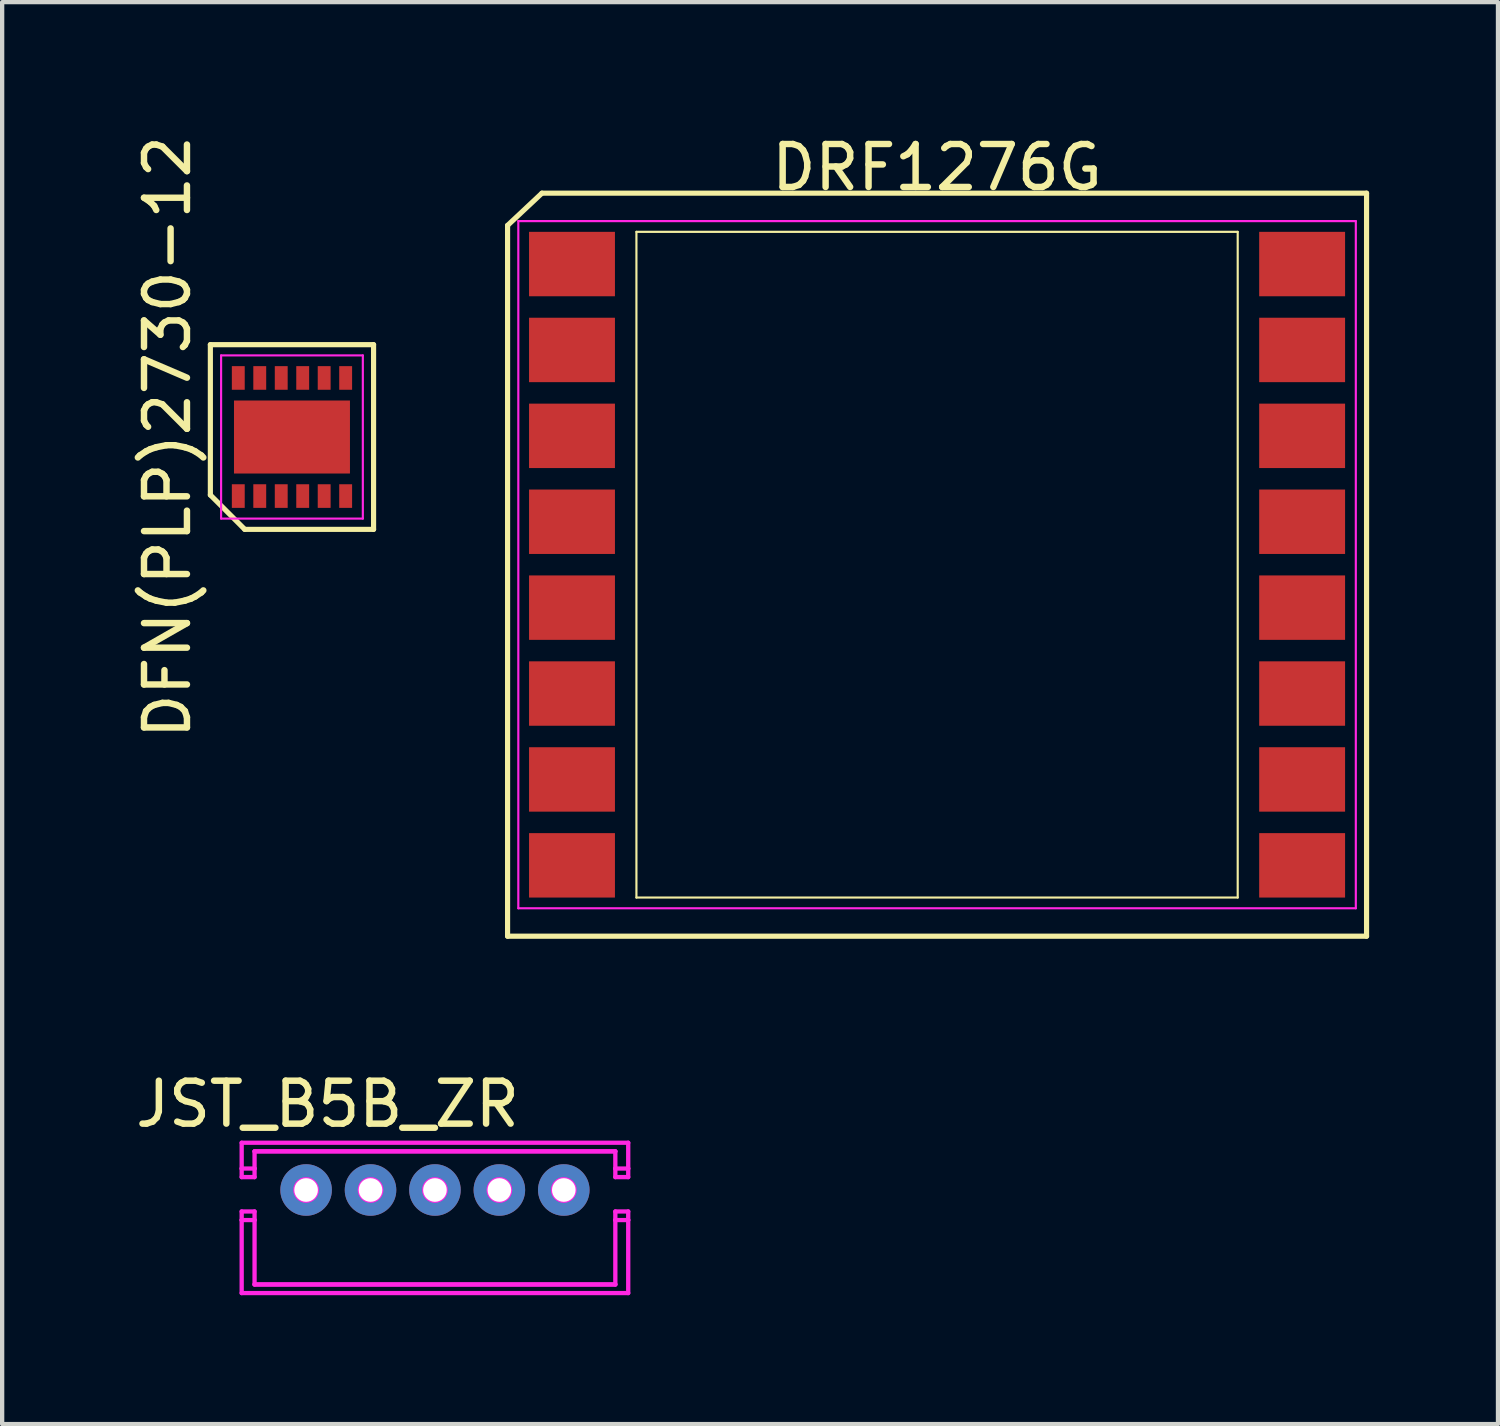
<source format=kicad_pcb>
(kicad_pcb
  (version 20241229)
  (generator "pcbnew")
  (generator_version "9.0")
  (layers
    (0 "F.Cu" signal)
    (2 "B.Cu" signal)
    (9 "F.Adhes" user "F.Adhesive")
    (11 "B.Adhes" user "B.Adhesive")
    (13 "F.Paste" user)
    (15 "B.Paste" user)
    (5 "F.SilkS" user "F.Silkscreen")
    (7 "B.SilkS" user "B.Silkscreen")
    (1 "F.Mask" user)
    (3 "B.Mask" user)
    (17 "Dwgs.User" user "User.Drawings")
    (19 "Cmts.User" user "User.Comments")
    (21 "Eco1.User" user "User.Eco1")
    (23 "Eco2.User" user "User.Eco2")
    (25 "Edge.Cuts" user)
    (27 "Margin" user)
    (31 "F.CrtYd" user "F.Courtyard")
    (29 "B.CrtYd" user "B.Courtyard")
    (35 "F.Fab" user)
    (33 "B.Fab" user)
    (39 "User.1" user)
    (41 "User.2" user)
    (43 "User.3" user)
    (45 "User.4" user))
  (footprint "DRF1276G"
    (layer "F.Cu")
    (at 18.768 10.098)
    (property "Reference" "DRF1276G" (at 0 -9.25 0) (layer "F.SilkS") (effects (font (size 1 1) (thickness 0.15))))
    (attr smd)
    (fp_line (start -10 -7.9) (end -9.2 -8.65) (stroke (width 0.12) (type solid)) (layer "F.SilkS"))
    (fp_line (start -10 8.65) (end -10 -7.9) (stroke (width 0.12) (type solid)) (layer "F.SilkS"))
    (fp_line (start -9.2 -8.65) (end 10 -8.65) (stroke (width 0.12) (type solid)) (layer "F.SilkS"))
    (fp_line (start -7 -7.75) (end 7 -7.75) (stroke (width 0.05) (type solid)) (layer "F.SilkS"))
    (fp_line (start -7 7.75) (end -7 -7.75) (stroke (width 0.05) (type solid)) (layer "F.SilkS"))
    (fp_line (start 7 -7.75) (end 7 7.75) (stroke (width 0.05) (type solid)) (layer "F.SilkS"))
    (fp_line (start 7 7.75) (end -7 7.75) (stroke (width 0.05) (type solid)) (layer "F.SilkS"))
    (fp_line (start 10 -8.65) (end 10 8.65) (stroke (width 0.12) (type solid)) (layer "F.SilkS"))
    (fp_line (start 10 8.65) (end -10 8.65) (stroke (width 0.12) (type solid)) (layer "F.SilkS"))
    (fp_line (start -9.75 -8) (end 9.75 -8) (stroke (width 0.05) (type solid)) (layer "F.CrtYd"))
    (fp_line (start -9.75 8) (end -9.75 -8) (stroke (width 0.05) (type solid)) (layer "F.CrtYd"))
    (fp_line (start 9.75 -8) (end 9.75 8) (stroke (width 0.05) (type solid)) (layer "F.CrtYd"))
    (fp_line (start 9.75 8) (end -9.75 8) (stroke (width 0.05) (type solid)) (layer "F.CrtYd"))
    (pad "1" smd rect (at -8.5 -7 270) (size 1.5 2) (layers "F.Cu" "F.Mask" "F.Paste"))
    (pad "2" smd rect (at -8.5 -5 270) (size 1.5 2) (layers "F.Cu" "F.Mask" "F.Paste"))
    (pad "3" smd rect (at -8.5 -3 270) (size 1.5 2) (layers "F.Cu" "F.Mask" "F.Paste"))
    (pad "4" smd rect (at -8.5 -1 270) (size 1.5 2) (layers "F.Cu" "F.Mask" "F.Paste"))
    (pad "5" smd rect (at -8.5 1 270) (size 1.5 2) (layers "F.Cu" "F.Mask" "F.Paste"))
    (pad "6" smd rect (at -8.5 3 270) (size 1.5 2) (layers "F.Cu" "F.Mask" "F.Paste"))
    (pad "7" smd rect (at -8.5 5 270) (size 1.5 2) (layers "F.Cu" "F.Mask" "F.Paste"))
    (pad "8" smd rect (at -8.5 7 270) (size 1.5 2) (layers "F.Cu" "F.Mask" "F.Paste"))
    (pad "9" smd rect (at 8.5 7 270) (size 1.5 2) (layers "F.Cu" "F.Mask" "F.Paste"))
    (pad "10" smd rect (at 8.5 5 270) (size 1.5 2) (layers "F.Cu" "F.Mask" "F.Paste"))
    (pad "11" smd rect (at 8.5 3 270) (size 1.5 2) (layers "F.Cu" "F.Mask" "F.Paste"))
    (pad "12" smd rect (at 8.5 1 270) (size 1.5 2) (layers "F.Cu" "F.Mask" "F.Paste"))
    (pad "13" smd rect (at 8.5 -1 270) (size 1.5 2) (layers "F.Cu" "F.Mask" "F.Paste"))
    (pad "14" smd rect (at 8.5 -3 270) (size 1.5 2) (layers "F.Cu" "F.Mask" "F.Paste"))
    (pad "15" smd rect (at 8.5 -5 270) (size 1.5 2) (layers "F.Cu" "F.Mask" "F.Paste"))
    (pad "16" smd rect (at 8.5 -7 270) (size 1.5 2) (layers "F.Cu" "F.Mask" "F.Paste")))
  (footprint "JST_B5B_ZR"
    (layer "F.Cu")
    (at 4.077 24.657)
    (property "Reference" "JST_B5B_ZR" (at 0.5 -2 0) (layer "F.SilkS") (effects (font (size 1 1) (thickness 0.15))))
    (attr through_hole)
    (fp_line (start -1.5 -1.1) (end 7.5 -1.1) (stroke (width 0.1) (type solid)) (layer "F.CrtYd"))
    (fp_line (start -1.5 -0.5) (end -1.5 -1.1) (stroke (width 0.1) (type solid)) (layer "F.CrtYd"))
    (fp_line (start -1.5 -0.5) (end -1.5 -0.3) (stroke (width 0.1) (type solid)) (layer "F.CrtYd"))
    (fp_line (start -1.5 -0.5) (end -1.2 -0.5) (stroke (width 0.1) (type solid)) (layer "F.CrtYd"))
    (fp_line (start -1.5 -0.3) (end -1.2 -0.3) (stroke (width 0.1) (type solid)) (layer "F.CrtYd"))
    (fp_line (start -1.5 0.5) (end -1.5 0.7) (stroke (width 0.1) (type solid)) (layer "F.CrtYd"))
    (fp_line (start -1.5 0.5) (end -1.2 0.5) (stroke (width 0.1) (type solid)) (layer "F.CrtYd"))
    (fp_line (start -1.5 0.7) (end -1.2 0.7) (stroke (width 0.1) (type solid)) (layer "F.CrtYd"))
    (fp_line (start -1.5 2.4) (end -1.5 0.7) (stroke (width 0.1) (type solid)) (layer "F.CrtYd"))
    (fp_line (start -1.5 2.4) (end 7.5 2.4) (stroke (width 0.1) (type solid)) (layer "F.CrtYd"))
    (fp_line (start -1.2 -0.9) (end -1.2 -0.5) (stroke (width 0.1) (type solid)) (layer "F.CrtYd"))
    (fp_line (start -1.2 -0.3) (end -1.2 -0.5) (stroke (width 0.1) (type solid)) (layer "F.CrtYd"))
    (fp_line (start -1.2 0.7) (end -1.2 0.5) (stroke (width 0.1) (type solid)) (layer "F.CrtYd"))
    (fp_line (start -1.2 0.7) (end -1.2 2.2) (stroke (width 0.1) (type solid)) (layer "F.CrtYd"))
    (fp_line (start -1.2 2.2) (end 7.2 2.2) (stroke (width 0.1) (type solid)) (layer "F.CrtYd"))
    (fp_line (start -1.2 2.2) (end 7.2 2.2) (stroke (width 0.1) (type solid)) (layer "F.CrtYd"))
    (fp_line (start 7.2 -0.9) (end -1.2 -0.9) (stroke (width 0.1) (type solid)) (layer "F.CrtYd"))
    (fp_line (start 7.2 -0.9) (end -1.2 -0.9) (stroke (width 0.1) (type solid)) (layer "F.CrtYd"))
    (fp_line (start 7.2 -0.5) (end 7.2 -0.9) (stroke (width 0.1) (type solid)) (layer "F.CrtYd"))
    (fp_line (start 7.2 -0.5) (end 7.2 -0.3) (stroke (width 0.1) (type solid)) (layer "F.CrtYd"))
    (fp_line (start 7.2 -0.5) (end 7.5 -0.5) (stroke (width 0.1) (type solid)) (layer "F.CrtYd"))
    (fp_line (start 7.2 -0.3) (end 7.5 -0.3) (stroke (width 0.1) (type solid)) (layer "F.CrtYd"))
    (fp_line (start 7.2 0.5) (end 7.2 0.7) (stroke (width 0.1) (type solid)) (layer "F.CrtYd"))
    (fp_line (start 7.2 0.5) (end 7.5 0.5) (stroke (width 0.1) (type solid)) (layer "F.CrtYd"))
    (fp_line (start 7.2 0.7) (end 7.5 0.7) (stroke (width 0.1) (type solid)) (layer "F.CrtYd"))
    (fp_line (start 7.2 2.2) (end 7.2 0.7) (stroke (width 0.1) (type solid)) (layer "F.CrtYd"))
    (fp_line (start 7.5 -1.1) (end 7.5 -0.5) (stroke (width 0.1) (type solid)) (layer "F.CrtYd"))
    (fp_line (start 7.5 -0.3) (end 7.5 -0.5) (stroke (width 0.1) (type solid)) (layer "F.CrtYd"))
    (fp_line (start 7.5 0.7) (end 7.5 0.5) (stroke (width 0.1) (type solid)) (layer "F.CrtYd"))
    (fp_line (start 7.5 0.7) (end 7.5 2.4) (stroke (width 0.1) (type solid)) (layer "F.CrtYd"))
    (fp_circle (center 0 0) (end 0.25 0) (stroke (width 0.1) (type solid)) (fill no) (layer "F.CrtYd"))
    (fp_circle (center 1.5 0) (end 1.75 0) (stroke (width 0.1) (type solid)) (fill no) (layer "F.CrtYd"))
    (fp_circle (center 3 0) (end 3.25 0) (stroke (width 0.1) (type solid)) (fill no) (layer "F.CrtYd"))
    (fp_circle (center 4.5 0) (end 4.75 0) (stroke (width 0.1) (type solid)) (fill no) (layer "F.CrtYd"))
    (fp_circle (center 6 0) (end 6.25 0) (stroke (width 0.1) (type solid)) (fill no) (layer "F.CrtYd"))
    (pad "1" thru_hole circle (at 0 0) (size 1.2 1.2) (drill 0.55) (layers "*.Cu" "*.Mask"))
    (pad "2" thru_hole circle (at 1.5 0) (size 1.2 1.2) (drill 0.55) (layers "*.Cu" "*.Mask"))
    (pad "3" thru_hole circle (at 3 0) (size 1.2 1.2) (drill 0.55) (layers "*.Cu" "*.Mask"))
    (pad "4" thru_hole circle (at 4.5 0) (size 1.2 1.2) (drill 0.55) (layers "*.Cu" "*.Mask"))
    (pad "5" thru_hole circle (at 6 0) (size 1.2 1.2) (drill 0.55) (layers "*.Cu" "*.Mask")))
  (footprint "DFN(PLP)2730-12"
    (layer "F.Cu")
    (at 3.748 7.125)
    (property "Reference" "DFN(PLP)2730-12" (at -2.9 0 90) (layer "F.SilkS") (effects (font (size 1 1) (thickness 0.15))))
    (attr smd)
    (fp_line (start -1.9 -2.15) (end 1.9 -2.15) (stroke (width 0.12) (type solid)) (layer "F.SilkS"))
    (fp_line (start -1.9 1.35) (end -1.9 -2.15) (stroke (width 0.12) (type solid)) (layer "F.SilkS"))
    (fp_line (start -1.1 2.15) (end -1.9 1.35) (stroke (width 0.12) (type solid)) (layer "F.SilkS"))
    (fp_line (start 1.9 -2.15) (end 1.9 2.15) (stroke (width 0.12) (type solid)) (layer "F.SilkS"))
    (fp_line (start 1.9 2.15) (end -1.1 2.15) (stroke (width 0.12) (type solid)) (layer "F.SilkS"))
    (fp_line (start -1.65 -1.9) (end 1.65 -1.9) (stroke (width 0.05) (type solid)) (layer "F.CrtYd"))
    (fp_line (start -1.65 1.9) (end -1.65 -1.9) (stroke (width 0.05) (type solid)) (layer "F.CrtYd"))
    (fp_line (start 1.65 -1.9) (end 1.65 1.9) (stroke (width 0.05) (type solid)) (layer "F.CrtYd"))
    (fp_line (start 1.65 1.9) (end -1.65 1.9) (stroke (width 0.05) (type solid)) (layer "F.CrtYd"))
    (pad "1" smd rect (at -1.25 1.375) (size 0.3 0.55) (layers "F.Cu" "F.Mask" "F.Paste"))
    (pad "2" smd rect (at -0.75 1.375) (size 0.3 0.55) (layers "F.Cu" "F.Mask" "F.Paste"))
    (pad "3" smd rect (at -0.25 1.375) (size 0.3 0.55) (layers "F.Cu" "F.Mask" "F.Paste"))
    (pad "4" smd rect (at 0.25 1.375) (size 0.3 0.55) (layers "F.Cu" "F.Mask" "F.Paste"))
    (pad "5" smd rect (at 0.75 1.375) (size 0.3 0.55) (layers "F.Cu" "F.Mask" "F.Paste"))
    (pad "6" smd rect (at 1.25 1.375) (size 0.3 0.55) (layers "F.Cu" "F.Mask" "F.Paste"))
    (pad "7" smd rect (at 1.25 -1.375) (size 0.3 0.55) (layers "F.Cu" "F.Mask" "F.Paste"))
    (pad "8" smd rect (at 0.75 -1.375) (size 0.3 0.55) (layers "F.Cu" "F.Mask" "F.Paste"))
    (pad "9" smd rect (at 0.25 -1.375) (size 0.3 0.55) (layers "F.Cu" "F.Mask" "F.Paste"))
    (pad "10" smd rect (at -0.25 -1.375) (size 0.3 0.55) (layers "F.Cu" "F.Mask" "F.Paste"))
    (pad "11" smd rect (at -0.75 -1.375) (size 0.3 0.55) (layers "F.Cu" "F.Mask" "F.Paste"))
    (pad "12" smd rect (at -1.25 -1.375) (size 0.3 0.55) (layers "F.Cu" "F.Mask" "F.Paste"))
    (pad "13" smd rect (at 0 0) (size 2.7 1.7) (layers "F.Cu" "F.Mask" "F.Paste")))
  (gr_rect
    (start -3 -3)
    (end 31.828 30.107)
    (stroke (width 0.1) (type default))
    (fill no)
    (layer "Edge.Cuts")))
</source>
